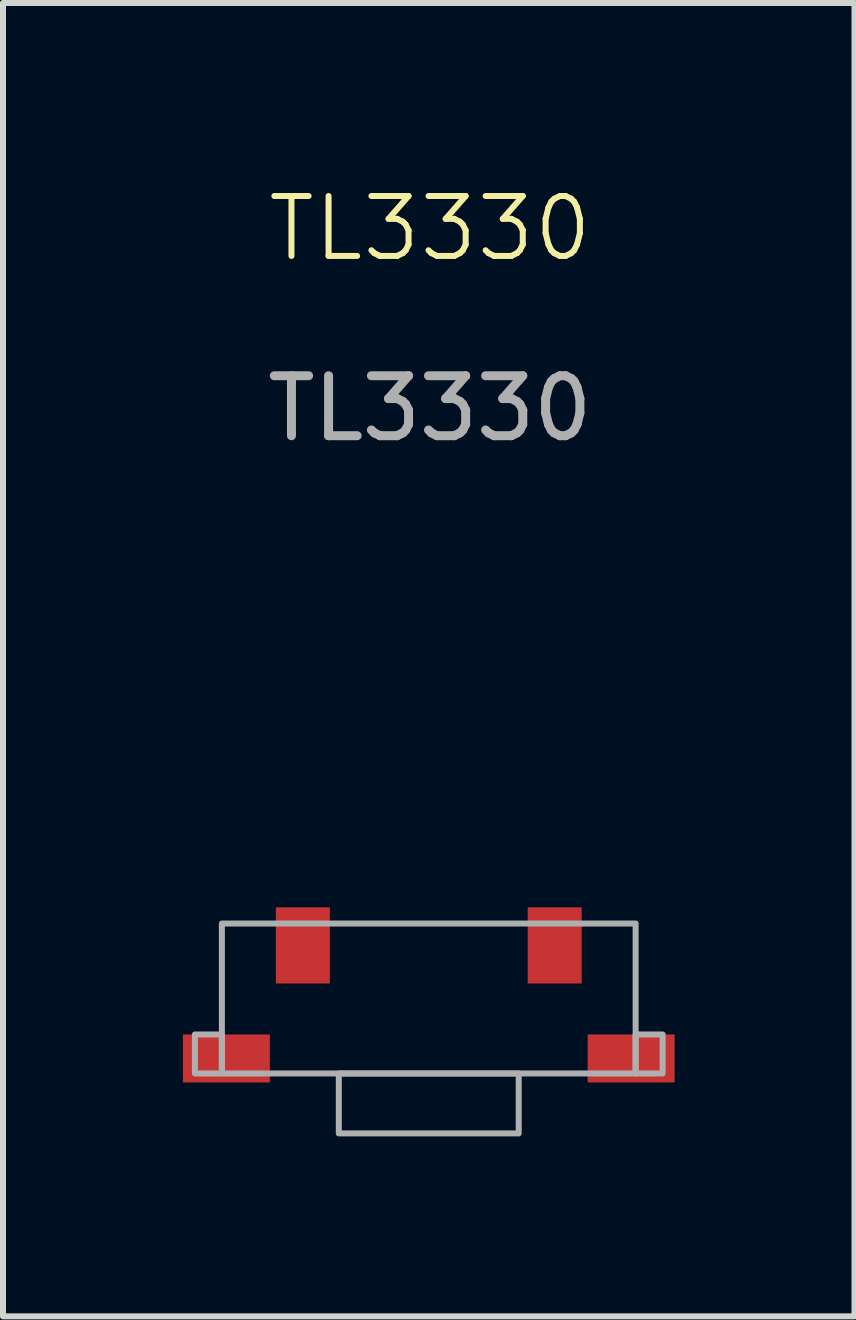
<source format=kicad_pcb>
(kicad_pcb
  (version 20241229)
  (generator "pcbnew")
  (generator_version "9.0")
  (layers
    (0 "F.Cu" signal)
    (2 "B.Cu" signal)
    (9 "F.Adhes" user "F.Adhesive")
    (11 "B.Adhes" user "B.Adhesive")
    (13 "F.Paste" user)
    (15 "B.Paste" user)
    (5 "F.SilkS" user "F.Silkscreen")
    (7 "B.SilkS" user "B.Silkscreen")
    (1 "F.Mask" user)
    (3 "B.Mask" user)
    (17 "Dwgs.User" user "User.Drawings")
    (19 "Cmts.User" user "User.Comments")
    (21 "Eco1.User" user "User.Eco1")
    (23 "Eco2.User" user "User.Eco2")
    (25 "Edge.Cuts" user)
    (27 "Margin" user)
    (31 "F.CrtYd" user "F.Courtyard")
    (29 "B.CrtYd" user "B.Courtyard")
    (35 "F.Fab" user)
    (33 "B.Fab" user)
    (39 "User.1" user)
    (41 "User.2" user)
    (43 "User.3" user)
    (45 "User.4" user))
  (footprint "TL3330"
    (layer "F.Cu")
    (at 4.1 13.601)
    (property "Reference" "TL3330" (at 0.02 -12.84 0) (unlocked yes) (layer "F.SilkS") (effects (font (size 1 1) (thickness 0.1))))
    (attr smd)
    (fp_rect (start -3.9 0.6) (end -3.45 1.25) (stroke (width 0.1) (type default)) (fill no) (layer "F.Fab"))
    (fp_rect (start -3.45 -1.25) (end 3.45 1.25) (stroke (width 0.1) (type default)) (fill no) (layer "F.Fab"))
    (fp_rect (start -1.5 1.25) (end 1.5 2.25) (stroke (width 0.1) (type default)) (fill no) (layer "F.Fab"))
    (fp_rect (start 3.45 0.6) (end 3.9 1.25) (stroke (width 0.1) (type default)) (fill no) (layer "F.Fab"))
    (fp_text user "${REFERENCE}" (at 0.02 -9.84 0) (unlocked yes) (layer "F.Fab") (effects (font (size 1 1) (thickness 0.15))))
    (pad "" smd rect (at -3.375 1) (size 1.45 0.8) (layers "F.Cu" "F.Mask"))
    (pad "" smd rect (at 3.375 1) (size 1.45 0.8) (layers "F.Cu" "F.Mask"))
    (pad "1" smd rect (at -2.1 -0.885) (size 0.9 1.27) (layers "F.Cu" "F.Mask"))
    (pad "2" smd rect (at 2.1 -0.885) (size 0.9 1.27) (layers "F.Cu" "F.Mask")))
  (gr_rect
    (start -3 -3)
    (end 11.2 18.901)
    (stroke (width 0.1) (type default))
    (fill no)
    (layer "Edge.Cuts")))
</source>
